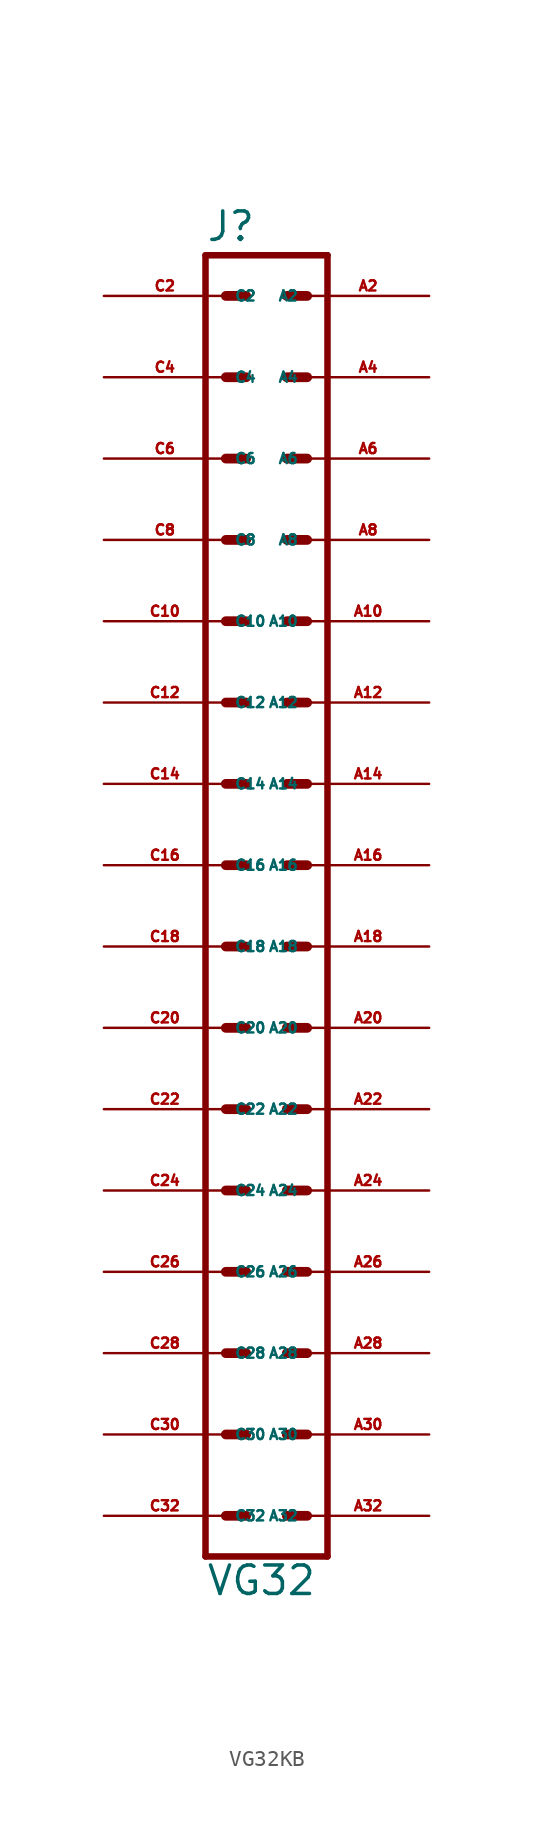
<source format=kicad_sym>
(kicad_symbol_lib
  (version 20220914)
  (generator Eagle2Kicad)
  (symbol "VG32KB"
    (property "Reference" "J"
      (at -3.81 43.942 0)
      (effects (font (size 1.778 1.778) (thickness 0.22)) (justify left bottom)))
    (property "Value" "VG32"
      (at -3.81 -40.64 0)
      (effects (font (size 1.778 1.778) (thickness 0.22)) (justify left bottom)))
    (polyline
      (pts (xy 3.81 -38.1) (xy -3.81 -38.1))
      (stroke (width 0.406) (type default))
      (fill (type none)))
    (polyline
      (pts (xy -3.81 43.18) (xy -3.81 -38.1))
      (stroke (width 0.406) (type default))
      (fill (type none)))
    (polyline
      (pts (xy -3.81 43.18) (xy 3.81 43.18))
      (stroke (width 0.406) (type default))
      (fill (type none)))
    (polyline
      (pts (xy 3.81 -38.1) (xy 3.81 43.18))
      (stroke (width 0.406) (type default))
      (fill (type none)))
    (polyline
      (pts (xy -2.54 -35.56) (xy -1.27 -35.56))
      (stroke (width 0.61) (type default))
      (fill (type none)))
    (polyline
      (pts (xy -2.54 -30.48) (xy -1.27 -30.48))
      (stroke (width 0.61) (type default))
      (fill (type none)))
    (polyline
      (pts (xy -2.54 -25.4) (xy -1.27 -25.4))
      (stroke (width 0.61) (type default))
      (fill (type none)))
    (polyline
      (pts (xy -2.54 -20.32) (xy -1.27 -20.32))
      (stroke (width 0.61) (type default))
      (fill (type none)))
    (polyline
      (pts (xy -2.54 -15.24) (xy -1.27 -15.24))
      (stroke (width 0.61) (type default))
      (fill (type none)))
    (polyline
      (pts (xy -2.54 -10.16) (xy -1.27 -10.16))
      (stroke (width 0.61) (type default))
      (fill (type none)))
    (polyline
      (pts (xy -2.54 -5.08) (xy -1.27 -5.08))
      (stroke (width 0.61) (type default))
      (fill (type none)))
    (polyline
      (pts (xy -2.54 0) (xy -1.27 0))
      (stroke (width 0.61) (type default))
      (fill (type none)))
    (polyline
      (pts (xy -2.54 5.08) (xy -1.27 5.08))
      (stroke (width 0.61) (type default))
      (fill (type none)))
    (polyline
      (pts (xy -2.54 10.16) (xy -1.27 10.16))
      (stroke (width 0.61) (type default))
      (fill (type none)))
    (polyline
      (pts (xy -2.54 15.24) (xy -1.27 15.24))
      (stroke (width 0.61) (type default))
      (fill (type none)))
    (polyline
      (pts (xy -2.54 20.32) (xy -1.27 20.32))
      (stroke (width 0.61) (type default))
      (fill (type none)))
    (polyline
      (pts (xy -2.54 25.4) (xy -1.27 25.4))
      (stroke (width 0.61) (type default))
      (fill (type none)))
    (polyline
      (pts (xy -2.54 30.48) (xy -1.27 30.48))
      (stroke (width 0.61) (type default))
      (fill (type none)))
    (polyline
      (pts (xy -2.54 35.56) (xy -1.27 35.56))
      (stroke (width 0.61) (type default))
      (fill (type none)))
    (polyline
      (pts (xy -2.54 40.64) (xy -1.27 40.64))
      (stroke (width 0.61) (type default))
      (fill (type none)))
    (polyline
      (pts (xy 2.54 -35.56) (xy 1.27 -35.56))
      (stroke (width 0.61) (type default))
      (fill (type none)))
    (polyline
      (pts (xy 2.54 -30.48) (xy 1.27 -30.48))
      (stroke (width 0.61) (type default))
      (fill (type none)))
    (polyline
      (pts (xy 2.54 -25.4) (xy 1.27 -25.4))
      (stroke (width 0.61) (type default))
      (fill (type none)))
    (polyline
      (pts (xy 2.54 -20.32) (xy 1.27 -20.32))
      (stroke (width 0.61) (type default))
      (fill (type none)))
    (polyline
      (pts (xy 2.54 -15.24) (xy 1.27 -15.24))
      (stroke (width 0.61) (type default))
      (fill (type none)))
    (polyline
      (pts (xy 2.54 -10.16) (xy 1.27 -10.16))
      (stroke (width 0.61) (type default))
      (fill (type none)))
    (polyline
      (pts (xy 2.54 -5.08) (xy 1.27 -5.08))
      (stroke (width 0.61) (type default))
      (fill (type none)))
    (polyline
      (pts (xy 2.54 0) (xy 1.27 0))
      (stroke (width 0.61) (type default))
      (fill (type none)))
    (polyline
      (pts (xy 2.54 5.08) (xy 1.27 5.08))
      (stroke (width 0.61) (type default))
      (fill (type none)))
    (polyline
      (pts (xy 2.54 10.16) (xy 1.27 10.16))
      (stroke (width 0.61) (type default))
      (fill (type none)))
    (polyline
      (pts (xy 2.54 15.24) (xy 1.27 15.24))
      (stroke (width 0.61) (type default))
      (fill (type none)))
    (polyline
      (pts (xy 2.54 20.32) (xy 1.27 20.32))
      (stroke (width 0.61) (type default))
      (fill (type none)))
    (polyline
      (pts (xy 2.54 25.4) (xy 1.27 25.4))
      (stroke (width 0.61) (type default))
      (fill (type none)))
    (polyline
      (pts (xy 2.54 30.48) (xy 1.27 30.48))
      (stroke (width 0.61) (type default))
      (fill (type none)))
    (polyline
      (pts (xy 2.54 35.56) (xy 1.27 35.56))
      (stroke (width 0.61) (type default))
      (fill (type none)))
    (polyline
      (pts (xy 2.54 40.64) (xy 1.27 40.64))
      (stroke (width 0.61) (type default))
      (fill (type none)))
    (pin passive line
      (at 10.16 40.64 180)
      (length 7.62)
      (name "A2" (effects (font (size 0.635 0.635) (thickness 0.08)) (justify left bottom)))
      (number "A2" (effects (font (size 0.635 0.635) (thickness 0.08)) (justify left bottom))))
    (pin passive line
      (at 10.16 35.56 180)
      (length 7.62)
      (name "A4" (effects (font (size 0.635 0.635) (thickness 0.08)) (justify left bottom)))
      (number "A4" (effects (font (size 0.635 0.635) (thickness 0.08)) (justify left bottom))))
    (pin passive line
      (at 10.16 30.48 180)
      (length 7.62)
      (name "A6" (effects (font (size 0.635 0.635) (thickness 0.08)) (justify left bottom)))
      (number "A6" (effects (font (size 0.635 0.635) (thickness 0.08)) (justify left bottom))))
    (pin passive line
      (at 10.16 25.4 180)
      (length 7.62)
      (name "A8" (effects (font (size 0.635 0.635) (thickness 0.08)) (justify left bottom)))
      (number "A8" (effects (font (size 0.635 0.635) (thickness 0.08)) (justify left bottom))))
    (pin passive line
      (at 10.16 20.32 180)
      (length 7.62)
      (name "A10" (effects (font (size 0.635 0.635) (thickness 0.08)) (justify left bottom)))
      (number "A10" (effects (font (size 0.635 0.635) (thickness 0.08)) (justify left bottom))))
    (pin passive line
      (at 10.16 15.24 180)
      (length 7.62)
      (name "A12" (effects (font (size 0.635 0.635) (thickness 0.08)) (justify left bottom)))
      (number "A12" (effects (font (size 0.635 0.635) (thickness 0.08)) (justify left bottom))))
    (pin passive line
      (at 10.16 10.16 180)
      (length 7.62)
      (name "A14" (effects (font (size 0.635 0.635) (thickness 0.08)) (justify left bottom)))
      (number "A14" (effects (font (size 0.635 0.635) (thickness 0.08)) (justify left bottom))))
    (pin passive line
      (at 10.16 5.08 180)
      (length 7.62)
      (name "A16" (effects (font (size 0.635 0.635) (thickness 0.08)) (justify left bottom)))
      (number "A16" (effects (font (size 0.635 0.635) (thickness 0.08)) (justify left bottom))))
    (pin passive line
      (at 10.16 0 180)
      (length 7.62)
      (name "A18" (effects (font (size 0.635 0.635) (thickness 0.08)) (justify left bottom)))
      (number "A18" (effects (font (size 0.635 0.635) (thickness 0.08)) (justify left bottom))))
    (pin passive line
      (at 10.16 -5.08 180)
      (length 7.62)
      (name "A20" (effects (font (size 0.635 0.635) (thickness 0.08)) (justify left bottom)))
      (number "A20" (effects (font (size 0.635 0.635) (thickness 0.08)) (justify left bottom))))
    (pin passive line
      (at 10.16 -10.16 180)
      (length 7.62)
      (name "A22" (effects (font (size 0.635 0.635) (thickness 0.08)) (justify left bottom)))
      (number "A22" (effects (font (size 0.635 0.635) (thickness 0.08)) (justify left bottom))))
    (pin passive line
      (at 10.16 -15.24 180)
      (length 7.62)
      (name "A24" (effects (font (size 0.635 0.635) (thickness 0.08)) (justify left bottom)))
      (number "A24" (effects (font (size 0.635 0.635) (thickness 0.08)) (justify left bottom))))
    (pin passive line
      (at 10.16 -20.32 180)
      (length 7.62)
      (name "A26" (effects (font (size 0.635 0.635) (thickness 0.08)) (justify left bottom)))
      (number "A26" (effects (font (size 0.635 0.635) (thickness 0.08)) (justify left bottom))))
    (pin passive line
      (at 10.16 -25.4 180)
      (length 7.62)
      (name "A28" (effects (font (size 0.635 0.635) (thickness 0.08)) (justify left bottom)))
      (number "A28" (effects (font (size 0.635 0.635) (thickness 0.08)) (justify left bottom))))
    (pin passive line
      (at 10.16 -30.48 180)
      (length 7.62)
      (name "A30" (effects (font (size 0.635 0.635) (thickness 0.08)) (justify left bottom)))
      (number "A30" (effects (font (size 0.635 0.635) (thickness 0.08)) (justify left bottom))))
    (pin passive line
      (at 10.16 -35.56 180)
      (length 7.62)
      (name "A32" (effects (font (size 0.635 0.635) (thickness 0.08)) (justify left bottom)))
      (number "A32" (effects (font (size 0.635 0.635) (thickness 0.08)) (justify left bottom))))
    (pin passive line
      (at -10.16 40.64 0)
      (length 7.62)
      (name "C2" (effects (font (size 0.635 0.635) (thickness 0.08)) (justify left bottom)))
      (number "C2" (effects (font (size 0.635 0.635) (thickness 0.08)) (justify left bottom))))
    (pin passive line
      (at -10.16 35.56 0)
      (length 7.62)
      (name "C4" (effects (font (size 0.635 0.635) (thickness 0.08)) (justify left bottom)))
      (number "C4" (effects (font (size 0.635 0.635) (thickness 0.08)) (justify left bottom))))
    (pin passive line
      (at -10.16 30.48 0)
      (length 7.62)
      (name "C6" (effects (font (size 0.635 0.635) (thickness 0.08)) (justify left bottom)))
      (number "C6" (effects (font (size 0.635 0.635) (thickness 0.08)) (justify left bottom))))
    (pin passive line
      (at -10.16 25.4 0)
      (length 7.62)
      (name "C8" (effects (font (size 0.635 0.635) (thickness 0.08)) (justify left bottom)))
      (number "C8" (effects (font (size 0.635 0.635) (thickness 0.08)) (justify left bottom))))
    (pin passive line
      (at -10.16 20.32 0)
      (length 7.62)
      (name "C10" (effects (font (size 0.635 0.635) (thickness 0.08)) (justify left bottom)))
      (number "C10" (effects (font (size 0.635 0.635) (thickness 0.08)) (justify left bottom))))
    (pin passive line
      (at -10.16 15.24 0)
      (length 7.62)
      (name "C12" (effects (font (size 0.635 0.635) (thickness 0.08)) (justify left bottom)))
      (number "C12" (effects (font (size 0.635 0.635) (thickness 0.08)) (justify left bottom))))
    (pin passive line
      (at -10.16 10.16 0)
      (length 7.62)
      (name "C14" (effects (font (size 0.635 0.635) (thickness 0.08)) (justify left bottom)))
      (number "C14" (effects (font (size 0.635 0.635) (thickness 0.08)) (justify left bottom))))
    (pin passive line
      (at -10.16 5.08 0)
      (length 7.62)
      (name "C16" (effects (font (size 0.635 0.635) (thickness 0.08)) (justify left bottom)))
      (number "C16" (effects (font (size 0.635 0.635) (thickness 0.08)) (justify left bottom))))
    (pin passive line
      (at -10.16 0 0)
      (length 7.62)
      (name "C18" (effects (font (size 0.635 0.635) (thickness 0.08)) (justify left bottom)))
      (number "C18" (effects (font (size 0.635 0.635) (thickness 0.08)) (justify left bottom))))
    (pin passive line
      (at -10.16 -5.08 0)
      (length 7.62)
      (name "C20" (effects (font (size 0.635 0.635) (thickness 0.08)) (justify left bottom)))
      (number "C20" (effects (font (size 0.635 0.635) (thickness 0.08)) (justify left bottom))))
    (pin passive line
      (at -10.16 -10.16 0)
      (length 7.62)
      (name "C22" (effects (font (size 0.635 0.635) (thickness 0.08)) (justify left bottom)))
      (number "C22" (effects (font (size 0.635 0.635) (thickness 0.08)) (justify left bottom))))
    (pin passive line
      (at -10.16 -15.24 0)
      (length 7.62)
      (name "C24" (effects (font (size 0.635 0.635) (thickness 0.08)) (justify left bottom)))
      (number "C24" (effects (font (size 0.635 0.635) (thickness 0.08)) (justify left bottom))))
    (pin passive line
      (at -10.16 -20.32 0)
      (length 7.62)
      (name "C26" (effects (font (size 0.635 0.635) (thickness 0.08)) (justify left bottom)))
      (number "C26" (effects (font (size 0.635 0.635) (thickness 0.08)) (justify left bottom))))
    (pin passive line
      (at -10.16 -25.4 0)
      (length 7.62)
      (name "C28" (effects (font (size 0.635 0.635) (thickness 0.08)) (justify left bottom)))
      (number "C28" (effects (font (size 0.635 0.635) (thickness 0.08)) (justify left bottom))))
    (pin passive line
      (at -10.16 -30.48 0)
      (length 7.62)
      (name "C30" (effects (font (size 0.635 0.635) (thickness 0.08)) (justify left bottom)))
      (number "C30" (effects (font (size 0.635 0.635) (thickness 0.08)) (justify left bottom))))
    (pin passive line
      (at -10.16 -35.56 0)
      (length 7.62)
      (name "C32" (effects (font (size 0.635 0.635) (thickness 0.08)) (justify left bottom)))
      (number "C32" (effects (font (size 0.635 0.635) (thickness 0.08)) (justify left bottom))))))
</source>
